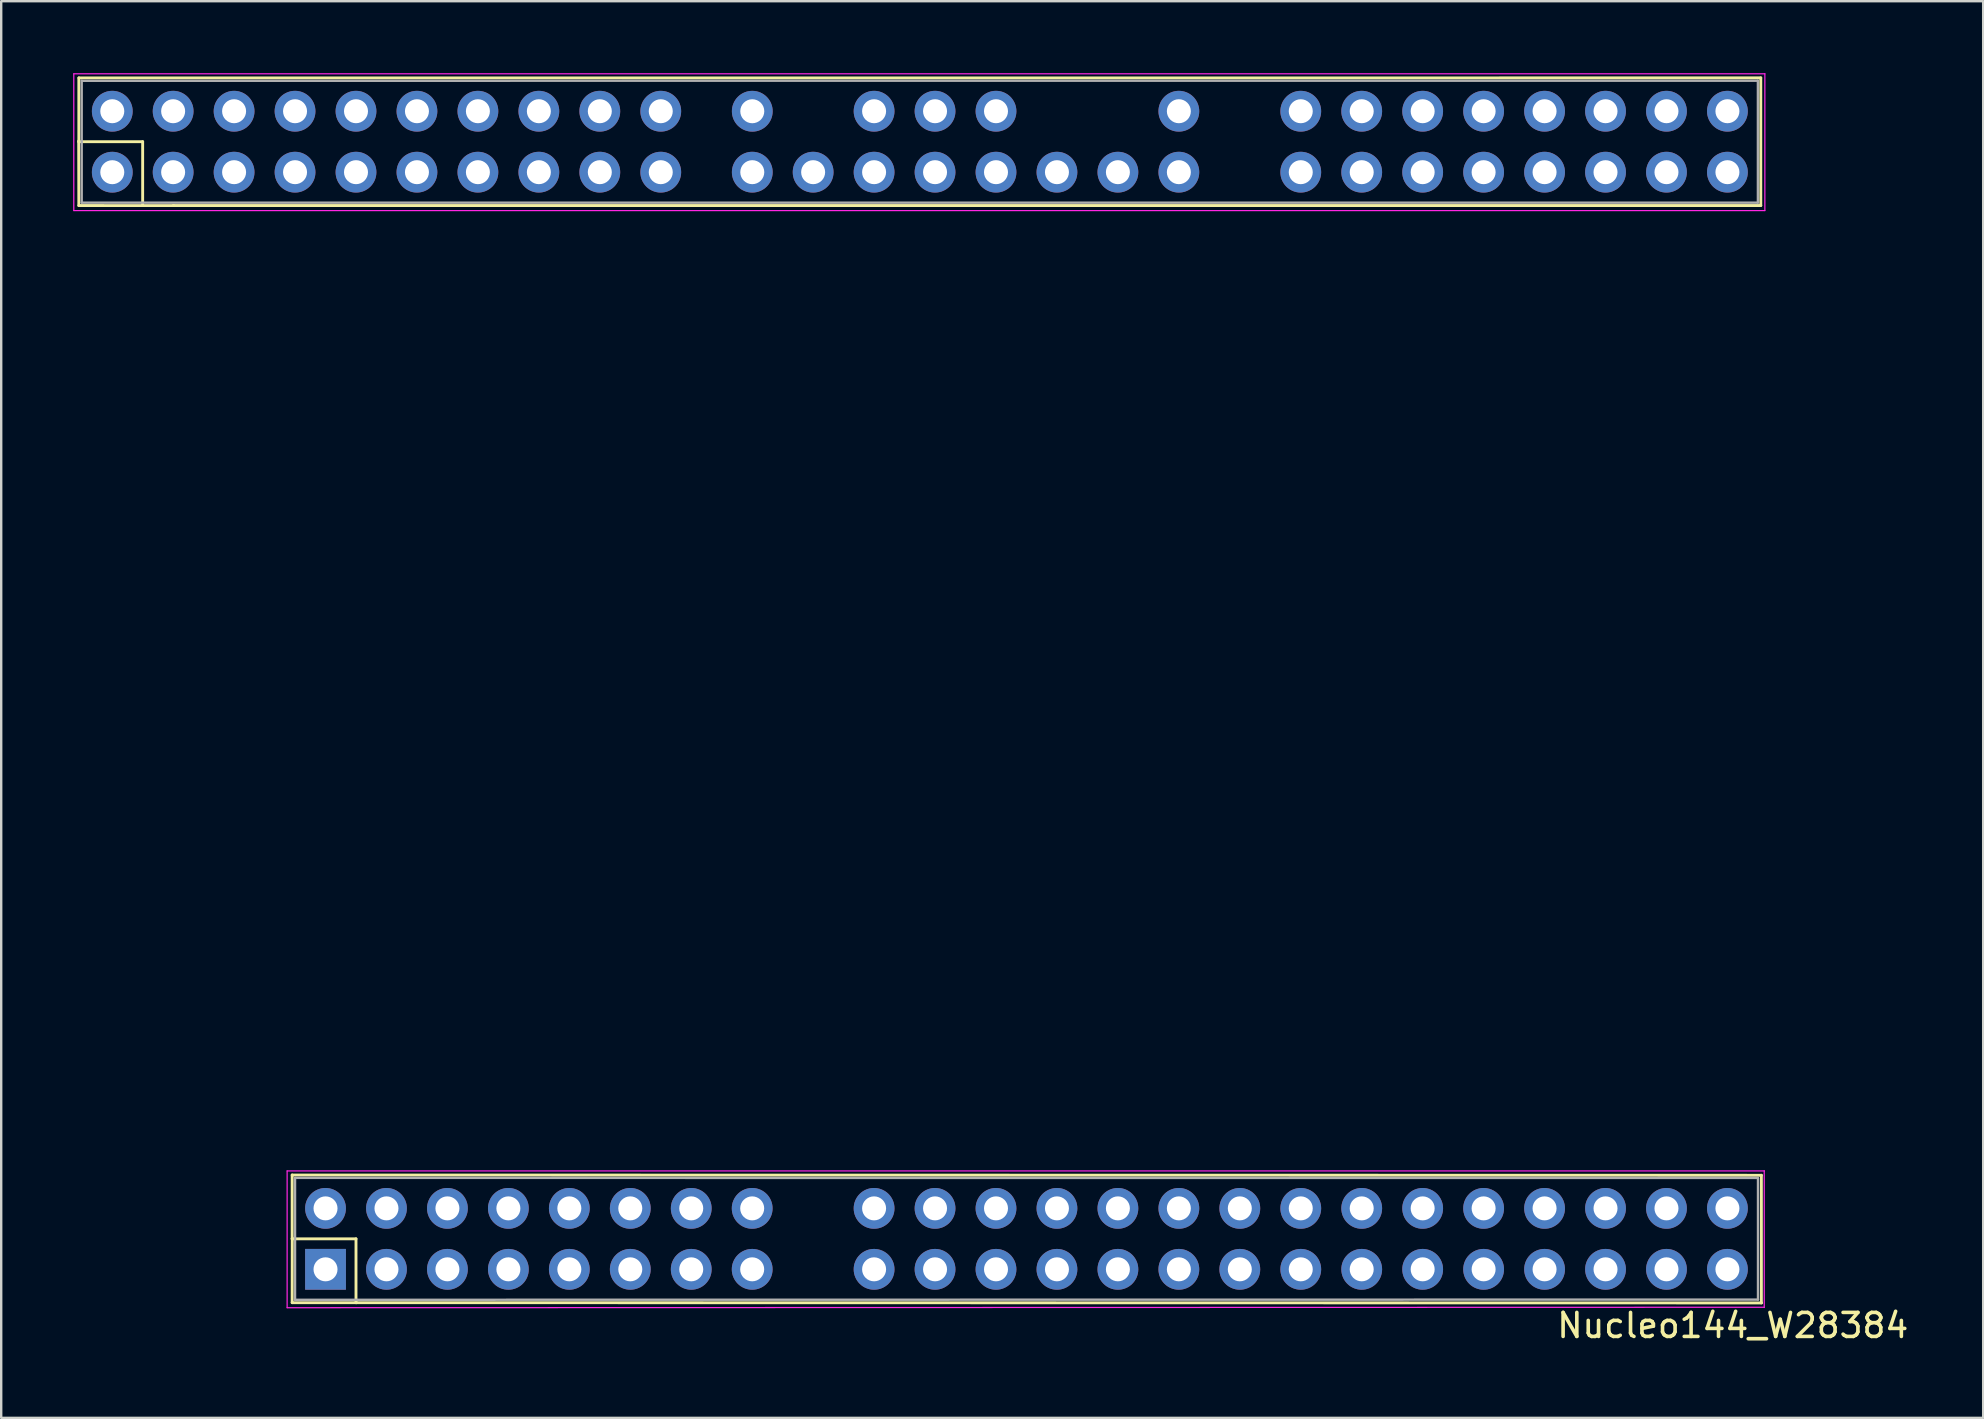
<source format=kicad_pcb>
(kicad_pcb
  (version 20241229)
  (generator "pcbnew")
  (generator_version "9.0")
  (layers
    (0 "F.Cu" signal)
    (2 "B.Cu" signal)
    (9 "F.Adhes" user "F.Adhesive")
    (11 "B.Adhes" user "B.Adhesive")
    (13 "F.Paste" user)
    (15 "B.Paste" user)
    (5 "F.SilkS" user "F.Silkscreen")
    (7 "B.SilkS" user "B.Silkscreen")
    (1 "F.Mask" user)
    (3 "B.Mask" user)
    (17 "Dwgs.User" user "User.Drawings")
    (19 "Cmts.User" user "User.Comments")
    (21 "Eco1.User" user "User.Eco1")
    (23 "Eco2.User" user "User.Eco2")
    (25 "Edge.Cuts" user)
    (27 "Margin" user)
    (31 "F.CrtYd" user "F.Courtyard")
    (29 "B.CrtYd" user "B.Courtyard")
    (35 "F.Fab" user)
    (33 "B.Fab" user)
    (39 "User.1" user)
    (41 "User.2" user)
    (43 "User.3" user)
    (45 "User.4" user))
  (footprint "Nucleo144_W28384"
    (layer "F.Cu")
    (at 68.939 47.306)
    (property "Reference" "Nucleo144_W28384" (at 0.22 4.88 0) (layer "F.SilkS") (effects (font (size 1 1) (thickness 0.15))))
    (attr through_hole)
    (fp_line (start -68.704 -47.111) (end -68.704 -44.451) (stroke (width 0.12) (type solid)) (layer "F.SilkS"))
    (fp_line (start -68.704 -44.451) (end -66.044 -44.451) (stroke (width 0.12) (type solid)) (layer "F.SilkS"))
    (fp_line (start -68.704 -41.791) (end -68.71 -44.48) (stroke (width 0.12) (type solid)) (layer "F.SilkS"))
    (fp_line (start -66.044 -44.451) (end -66.044 -41.791) (stroke (width 0.12) (type solid)) (layer "F.SilkS"))
    (fp_line (start -64.774 -41.791) (end 1.386 -41.791) (stroke (width 0.12) (type solid)) (layer "F.SilkS"))
    (fp_line (start -64.75 -41.79) (end -68.704 -41.791) (stroke (width 0.12) (type solid)) (layer "F.SilkS"))
    (fp_line (start -59.814 -1.391) (end -59.814 1.269) (stroke (width 0.12) (type solid)) (layer "F.SilkS"))
    (fp_line (start -59.814 1.269) (end -57.154 1.269) (stroke (width 0.12) (type solid)) (layer "F.SilkS"))
    (fp_line (start -59.814 3.929) (end -59.81 1.25) (stroke (width 0.12) (type solid)) (layer "F.SilkS"))
    (fp_line (start -57.154 1.269) (end -57.154 3.929) (stroke (width 0.12) (type solid)) (layer "F.SilkS"))
    (fp_line (start -57.154 3.929) (end 1.42 3.94) (stroke (width 0.12) (type solid)) (layer "F.SilkS"))
    (fp_line (start -57.14 3.93) (end -59.814 3.929) (stroke (width 0.12) (type solid)) (layer "F.SilkS"))
    (fp_line (start 1.386 -47.111) (end -68.7 -47.11) (stroke (width 0.12) (type solid)) (layer "F.SilkS"))
    (fp_line (start 1.386 -41.791) (end 1.386 -47.111) (stroke (width 0.12) (type solid)) (layer "F.SilkS"))
    (fp_line (start 1.41 -1.38) (end -59.814 -1.391) (stroke (width 0.12) (type solid)) (layer "F.SilkS"))
    (fp_line (start 1.41 3.94) (end 1.41 -1.38) (stroke (width 0.12) (type solid)) (layer "F.SilkS"))
    (fp_line (start -68.914 -47.281) (end -68.914 -41.581) (stroke (width 0.05) (type solid)) (layer "F.CrtYd"))
    (fp_line (start -68.91 -41.58) (end 1.556 -41.581) (stroke (width 0.05) (type solid)) (layer "F.CrtYd"))
    (fp_line (start -60.024 -1.561) (end -60.024 4.139) (stroke (width 0.05) (type solid)) (layer "F.CrtYd"))
    (fp_line (start -60.024 4.139) (end 1.53 4.12) (stroke (width 0.05) (type solid)) (layer "F.CrtYd"))
    (fp_line (start 1.53 -1.56) (end -60.024 -1.561) (stroke (width 0.05) (type solid)) (layer "F.CrtYd"))
    (fp_line (start 1.53 4.13) (end 1.53 -1.57) (stroke (width 0.05) (type solid)) (layer "F.CrtYd"))
    (fp_line (start 1.556 -47.281) (end -68.91 -47.28) (stroke (width 0.05) (type solid)) (layer "F.CrtYd"))
    (fp_line (start 1.556 -41.581) (end 1.556 -47.281) (stroke (width 0.05) (type solid)) (layer "F.CrtYd"))
    (fp_line (start -68.584 -46.991) (end -68.584 -41.911) (stroke (width 0.1) (type solid)) (layer "F.Fab"))
    (fp_line (start -68.58 -41.91) (end 1.266 -41.911) (stroke (width 0.1) (type solid)) (layer "F.Fab"))
    (fp_line (start -59.694 -1.271) (end -59.694 3.809) (stroke (width 0.1) (type solid)) (layer "F.Fab"))
    (fp_line (start -59.694 3.809) (end 1.27 3.8) (stroke (width 0.1) (type solid)) (layer "F.Fab"))
    (fp_line (start 1.266 -46.991) (end -68.58 -46.99) (stroke (width 0.1) (type solid)) (layer "F.Fab"))
    (fp_line (start 1.266 -41.911) (end 1.266 -46.991) (stroke (width 0.1) (type solid)) (layer "F.Fab"))
    (fp_line (start 1.27 -1.27) (end -59.694 -1.271) (stroke (width 0.1) (type solid)) (layer "F.Fab"))
    (fp_line (start 1.27 3.8) (end 1.27 -1.25) (stroke (width 0.1) (type solid)) (layer "F.Fab"))
    (pad "1" thru_hole rect (at -58.424 2.539 90) (size 1.7 1.7) (drill 1) (layers "*.Cu" "*.Mask"))
    (pad "2" thru_hole oval (at -58.424 -0.001 90) (size 1.7 1.7) (drill 1) (layers "*.Cu" "*.Mask"))
    (pad "3" thru_hole oval (at -55.884 2.539 90) (size 1.7 1.7) (drill 1) (layers "*.Cu" "*.Mask"))
    (pad "4" thru_hole oval (at -55.884 -0.001 90) (size 1.7 1.7) (drill 1) (layers "*.Cu" "*.Mask"))
    (pad "5" thru_hole oval (at -53.344 2.539 90) (size 1.7 1.7) (drill 1) (layers "*.Cu" "*.Mask"))
    (pad "6" thru_hole oval (at -53.344 -0.001 90) (size 1.7 1.7) (drill 1) (layers "*.Cu" "*.Mask"))
    (pad "7" thru_hole oval (at -50.804 2.539 90) (size 1.7 1.7) (drill 1) (layers "*.Cu" "*.Mask"))
    (pad "8" thru_hole oval (at -50.804 -0.001 90) (size 1.7 1.7) (drill 1) (layers "*.Cu" "*.Mask"))
    (pad "9" thru_hole oval (at -48.264 2.539 90) (size 1.7 1.7) (drill 1) (layers "*.Cu" "*.Mask"))
    (pad "10" thru_hole oval (at -48.264 -0.001 90) (size 1.7 1.7) (drill 1) (layers "*.Cu" "*.Mask"))
    (pad "11" thru_hole oval (at -45.724 2.539 90) (size 1.7 1.7) (drill 1) (layers "*.Cu" "*.Mask"))
    (pad "12" thru_hole oval (at -45.724 -0.001 90) (size 1.7 1.7) (drill 1) (layers "*.Cu" "*.Mask"))
    (pad "13" thru_hole oval (at -43.184 2.539 90) (size 1.7 1.7) (drill 1) (layers "*.Cu" "*.Mask"))
    (pad "14" thru_hole oval (at -43.184 -0.001 90) (size 1.7 1.7) (drill 1) (layers "*.Cu" "*.Mask"))
    (pad "15" thru_hole oval (at -40.644 2.539 90) (size 1.7 1.7) (drill 1) (layers "*.Cu" "*.Mask"))
    (pad "16" thru_hole oval (at -40.644 -0.001 90) (size 1.7 1.7) (drill 1) (layers "*.Cu" "*.Mask"))
    (pad "17" thru_hole oval (at -35.564 2.539 90) (size 1.7 1.7) (drill 1) (layers "*.Cu" "*.Mask"))
    (pad "18" thru_hole oval (at -35.564 -0.001 90) (size 1.7 1.7) (drill 1) (layers "*.Cu" "*.Mask"))
    (pad "19" thru_hole oval (at -33.024 2.539 90) (size 1.7 1.7) (drill 1) (layers "*.Cu" "*.Mask"))
    (pad "20" thru_hole oval (at -33.024 -0.001 90) (size 1.7 1.7) (drill 1) (layers "*.Cu" "*.Mask"))
    (pad "21" thru_hole oval (at -30.484 2.539 90) (size 1.7 1.7) (drill 1) (layers "*.Cu" "*.Mask"))
    (pad "22" thru_hole oval (at -30.484 -0.001 90) (size 1.7 1.7) (drill 1) (layers "*.Cu" "*.Mask"))
    (pad "23" thru_hole oval (at -27.944 2.539 90) (size 1.7 1.7) (drill 1) (layers "*.Cu" "*.Mask"))
    (pad "24" thru_hole oval (at -27.944 -0.001 90) (size 1.7 1.7) (drill 1) (layers "*.Cu" "*.Mask"))
    (pad "25" thru_hole oval (at -25.404 2.539 90) (size 1.7 1.7) (drill 1) (layers "*.Cu" "*.Mask"))
    (pad "26" thru_hole oval (at -25.404 -0.001 90) (size 1.7 1.7) (drill 1) (layers "*.Cu" "*.Mask"))
    (pad "27" thru_hole oval (at -22.864 2.539 90) (size 1.7 1.7) (drill 1) (layers "*.Cu" "*.Mask"))
    (pad "28" thru_hole oval (at -22.864 -0.001 90) (size 1.7 1.7) (drill 1) (layers "*.Cu" "*.Mask"))
    (pad "29" thru_hole oval (at -20.324 2.539 90) (size 1.7 1.7) (drill 1) (layers "*.Cu" "*.Mask"))
    (pad "30" thru_hole oval (at -20.324 -0.001 90) (size 1.7 1.7) (drill 1) (layers "*.Cu" "*.Mask"))
    (pad "31" thru_hole oval (at -17.784 2.539 90) (size 1.7 1.7) (drill 1) (layers "*.Cu" "*.Mask"))
    (pad "32" thru_hole oval (at -17.784 -0.001 90) (size 1.7 1.7) (drill 1) (layers "*.Cu" "*.Mask"))
    (pad "33" thru_hole oval (at -15.244 2.539 90) (size 1.7 1.7) (drill 1) (layers "*.Cu" "*.Mask"))
    (pad "34" thru_hole oval (at -15.244 -0.001 90) (size 1.7 1.7) (drill 1) (layers "*.Cu" "*.Mask"))
    (pad "35" thru_hole oval (at -12.704 2.539 90) (size 1.7 1.7) (drill 1) (layers "*.Cu" "*.Mask"))
    (pad "36" thru_hole oval (at -12.704 -0.001 90) (size 1.7 1.7) (drill 1) (layers "*.Cu" "*.Mask"))
    (pad "37" thru_hole oval (at -10.164 2.539 90) (size 1.7 1.7) (drill 1) (layers "*.Cu" "*.Mask"))
    (pad "38" thru_hole oval (at -10.164 -0.001 90) (size 1.7 1.7) (drill 1) (layers "*.Cu" "*.Mask"))
    (pad "39" thru_hole oval (at -7.624 2.539 90) (size 1.7 1.7) (drill 1) (layers "*.Cu" "*.Mask"))
    (pad "40" thru_hole oval (at -7.624 -0.001 90) (size 1.7 1.7) (drill 1) (layers "*.Cu" "*.Mask"))
    (pad "41" thru_hole oval (at -5.084 2.539 90) (size 1.7 1.7) (drill 1) (layers "*.Cu" "*.Mask"))
    (pad "42" thru_hole oval (at -5.084 -0.001 90) (size 1.7 1.7) (drill 1) (layers "*.Cu" "*.Mask"))
    (pad "43" thru_hole oval (at -2.544 2.539 90) (size 1.7 1.7) (drill 1) (layers "*.Cu" "*.Mask"))
    (pad "44" thru_hole oval (at -2.544 -0.001 90) (size 1.7 1.7) (drill 1) (layers "*.Cu" "*.Mask"))
    (pad "45" thru_hole oval (at -0.004 2.539 90) (size 1.7 1.7) (drill 1) (layers "*.Cu" "*.Mask"))
    (pad "46" thru_hole oval (at -0.004 -0.001 90) (size 1.7 1.7) (drill 1) (layers "*.Cu" "*.Mask"))
    (pad "47" thru_hole oval (at -67.31 -43.18 90) (size 1.7 1.7) (drill 1) (layers "*.Cu" "*.Mask"))
    (pad "48" thru_hole oval (at -67.31 -45.721 90) (size 1.7 1.7) (drill 1) (layers "*.Cu" "*.Mask"))
    (pad "49" thru_hole circle (at -64.774 -43.181 90) (size 1.7 1.7) (drill 1) (layers "*.Cu" "*.Mask"))
    (pad "50" thru_hole oval (at -64.774 -45.721 90) (size 1.7 1.7) (drill 1) (layers "*.Cu" "*.Mask"))
    (pad "51" thru_hole oval (at -62.234 -43.181 90) (size 1.7 1.7) (drill 1) (layers "*.Cu" "*.Mask"))
    (pad "52" thru_hole oval (at -62.234 -45.721 90) (size 1.7 1.7) (drill 1) (layers "*.Cu" "*.Mask"))
    (pad "53" thru_hole oval (at -59.694 -43.181 90) (size 1.7 1.7) (drill 1) (layers "*.Cu" "*.Mask"))
    (pad "54" thru_hole oval (at -59.694 -45.721 90) (size 1.7 1.7) (drill 1) (layers "*.Cu" "*.Mask"))
    (pad "55" thru_hole oval (at -57.154 -43.181 90) (size 1.7 1.7) (drill 1) (layers "*.Cu" "*.Mask"))
    (pad "56" thru_hole oval (at -57.154 -45.721 90) (size 1.7 1.7) (drill 1) (layers "*.Cu" "*.Mask"))
    (pad "57" thru_hole oval (at -54.614 -43.181 90) (size 1.7 1.7) (drill 1) (layers "*.Cu" "*.Mask"))
    (pad "58" thru_hole oval (at -54.614 -45.721 90) (size 1.7 1.7) (drill 1) (layers "*.Cu" "*.Mask"))
    (pad "59" thru_hole oval (at -52.074 -43.181 90) (size 1.7 1.7) (drill 1) (layers "*.Cu" "*.Mask"))
    (pad "60" thru_hole oval (at -52.074 -45.721 90) (size 1.7 1.7) (drill 1) (layers "*.Cu" "*.Mask"))
    (pad "61" thru_hole oval (at -49.534 -43.181 90) (size 1.7 1.7) (drill 1) (layers "*.Cu" "*.Mask"))
    (pad "62" thru_hole oval (at -49.534 -45.721 90) (size 1.7 1.7) (drill 1) (layers "*.Cu" "*.Mask"))
    (pad "63" thru_hole oval (at -46.994 -43.181 90) (size 1.7 1.7) (drill 1) (layers "*.Cu" "*.Mask"))
    (pad "64" thru_hole oval (at -46.994 -45.721 90) (size 1.7 1.7) (drill 1) (layers "*.Cu" "*.Mask"))
    (pad "65" thru_hole oval (at -44.454 -43.181 90) (size 1.7 1.7) (drill 1) (layers "*.Cu" "*.Mask"))
    (pad "66" thru_hole oval (at -44.454 -45.721 90) (size 1.7 1.7) (drill 1) (layers "*.Cu" "*.Mask"))
    (pad "67" thru_hole oval (at -40.64 -43.181 90) (size 1.7 1.7) (drill 1) (layers "*.Cu" "*.Mask"))
    (pad "68" thru_hole oval (at -40.64 -45.72 90) (size 1.7 1.7) (drill 1) (layers "*.Cu" "*.Mask"))
    (pad "69" thru_hole oval (at -38.104 -43.181 90) (size 1.7 1.7) (drill 1) (layers "*.Cu" "*.Mask"))
    (pad "71" thru_hole oval (at -35.564 -43.181 90) (size 1.7 1.7) (drill 1) (layers "*.Cu" "*.Mask"))
    (pad "72" thru_hole oval (at -35.564 -45.721 90) (size 1.7 1.7) (drill 1) (layers "*.Cu" "*.Mask"))
    (pad "73" thru_hole oval (at -33.024 -43.181 90) (size 1.7 1.7) (drill 1) (layers "*.Cu" "*.Mask"))
    (pad "74" thru_hole oval (at -33.024 -45.721 90) (size 1.7 1.7) (drill 1) (layers "*.Cu" "*.Mask"))
    (pad "75" thru_hole oval (at -30.484 -43.181 90) (size 1.7 1.7) (drill 1) (layers "*.Cu" "*.Mask"))
    (pad "76" thru_hole oval (at -30.484 -45.721 90) (size 1.7 1.7) (drill 1) (layers "*.Cu" "*.Mask"))
    (pad "77" thru_hole oval (at -27.944 -43.181 90) (size 1.7 1.7) (drill 1) (layers "*.Cu" "*.Mask"))
    (pad "79" thru_hole oval (at -25.404 -43.181 90) (size 1.7 1.7) (drill 1) (layers "*.Cu" "*.Mask"))
    (pad "81" thru_hole oval (at -22.864 -43.181 90) (size 1.7 1.7) (drill 1) (layers "*.Cu" "*.Mask"))
    (pad "82" thru_hole oval (at -22.864 -45.721 90) (size 1.7 1.7) (drill 1) (layers "*.Cu" "*.Mask"))
    (pad "85" thru_hole oval (at -17.784 -43.181 90) (size 1.7 1.7) (drill 1) (layers "*.Cu" "*.Mask"))
    (pad "86" thru_hole oval (at -17.784 -45.721 90) (size 1.7 1.7) (drill 1) (layers "*.Cu" "*.Mask"))
    (pad "87" thru_hole oval (at -15.244 -43.181 90) (size 1.7 1.7) (drill 1) (layers "*.Cu" "*.Mask"))
    (pad "88" thru_hole oval (at -15.244 -45.721 90) (size 1.7 1.7) (drill 1) (layers "*.Cu" "*.Mask"))
    (pad "89" thru_hole oval (at -12.704 -43.181 90) (size 1.7 1.7) (drill 1) (layers "*.Cu" "*.Mask"))
    (pad "90" thru_hole oval (at -12.704 -45.721 90) (size 1.7 1.7) (drill 1) (layers "*.Cu" "*.Mask"))
    (pad "91" thru_hole oval (at -10.164 -43.181 90) (size 1.7 1.7) (drill 1) (layers "*.Cu" "*.Mask"))
    (pad "92" thru_hole oval (at -10.164 -45.721 90) (size 1.7 1.7) (drill 1) (layers "*.Cu" "*.Mask"))
    (pad "93" thru_hole oval (at -7.624 -43.181 90) (size 1.7 1.7) (drill 1) (layers "*.Cu" "*.Mask"))
    (pad "94" thru_hole oval (at -7.624 -45.721 90) (size 1.7 1.7) (drill 1) (layers "*.Cu" "*.Mask"))
    (pad "95" thru_hole oval (at -5.084 -43.181 90) (size 1.7 1.7) (drill 1) (layers "*.Cu" "*.Mask"))
    (pad "96" thru_hole oval (at -5.084 -45.721 90) (size 1.7 1.7) (drill 1) (layers "*.Cu" "*.Mask"))
    (pad "97" thru_hole oval (at -2.544 -43.181 90) (size 1.7 1.7) (drill 1) (layers "*.Cu" "*.Mask"))
    (pad "98" thru_hole oval (at -2.544 -45.721 90) (size 1.7 1.7) (drill 1) (layers "*.Cu" "*.Mask"))
    (pad "99" thru_hole oval (at -0.004 -43.181 90) (size 1.7 1.7) (drill 1) (layers "*.Cu" "*.Mask"))
    (pad "100" thru_hole oval (at -0.004 -45.721 90) (size 1.7 1.7) (drill 1) (layers "*.Cu" "*.Mask")))
  (gr_rect
    (start -3 -3)
    (end 79.593 56.034)
    (stroke (width 0.1) (type default))
    (fill no)
    (layer "Edge.Cuts")))
</source>
